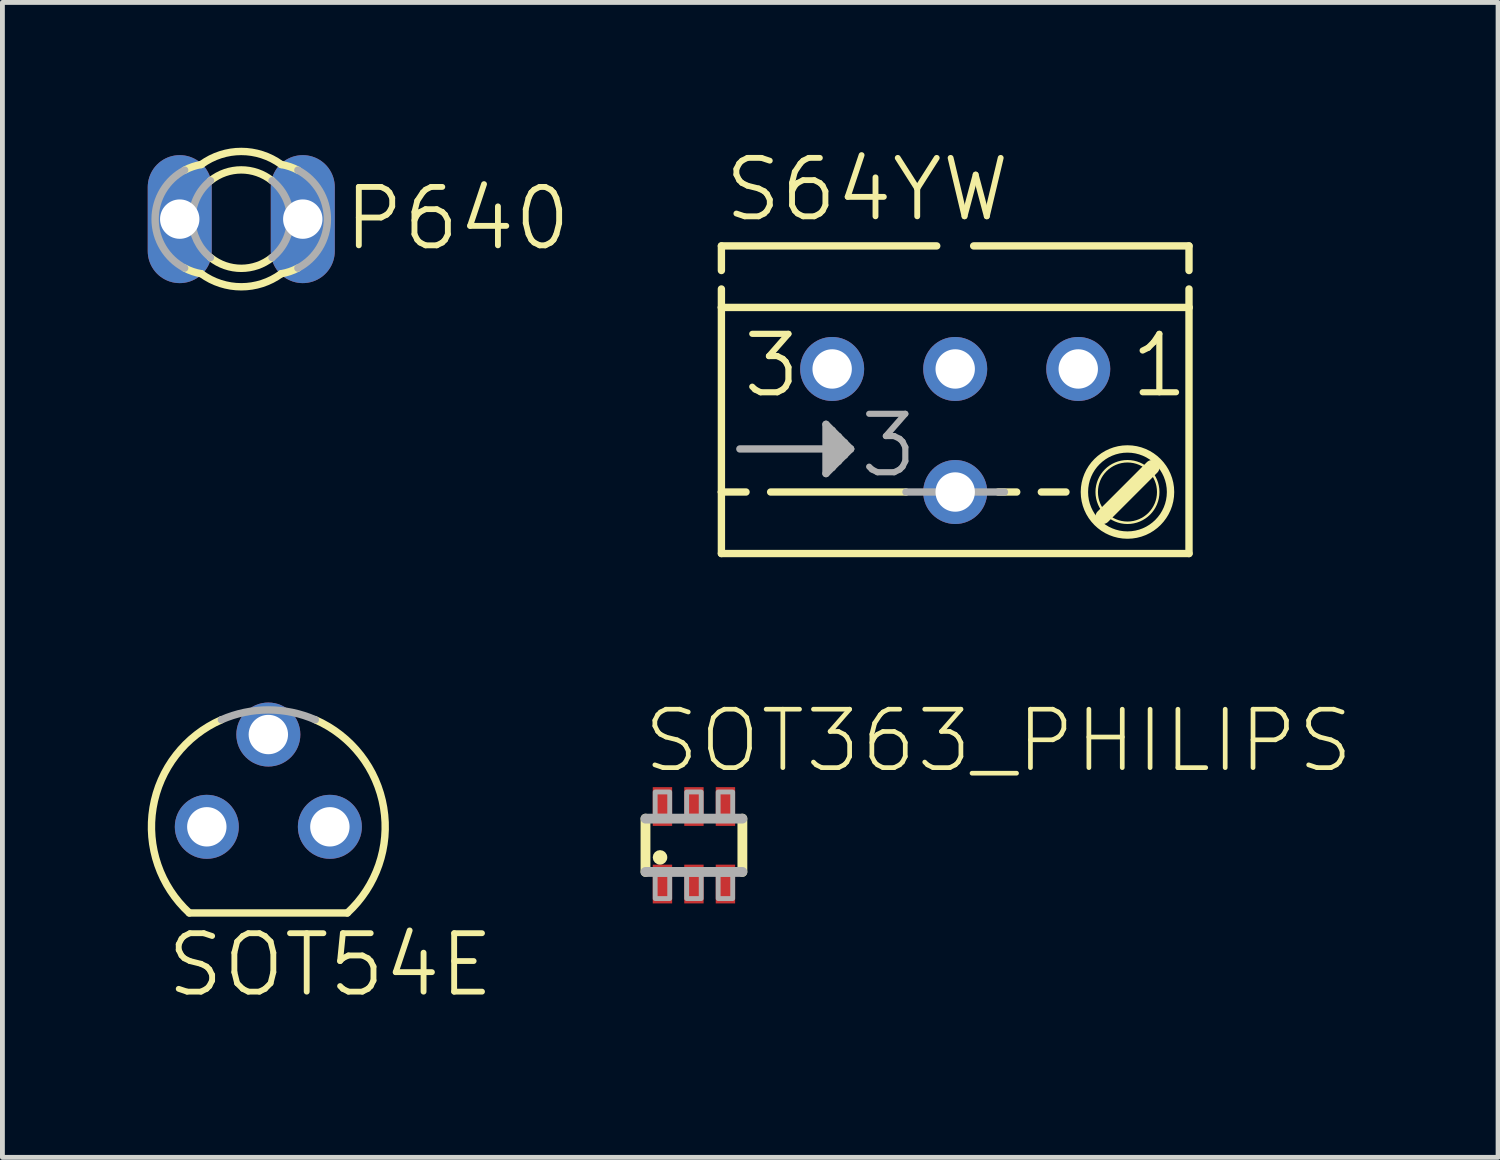
<source format=kicad_pcb>
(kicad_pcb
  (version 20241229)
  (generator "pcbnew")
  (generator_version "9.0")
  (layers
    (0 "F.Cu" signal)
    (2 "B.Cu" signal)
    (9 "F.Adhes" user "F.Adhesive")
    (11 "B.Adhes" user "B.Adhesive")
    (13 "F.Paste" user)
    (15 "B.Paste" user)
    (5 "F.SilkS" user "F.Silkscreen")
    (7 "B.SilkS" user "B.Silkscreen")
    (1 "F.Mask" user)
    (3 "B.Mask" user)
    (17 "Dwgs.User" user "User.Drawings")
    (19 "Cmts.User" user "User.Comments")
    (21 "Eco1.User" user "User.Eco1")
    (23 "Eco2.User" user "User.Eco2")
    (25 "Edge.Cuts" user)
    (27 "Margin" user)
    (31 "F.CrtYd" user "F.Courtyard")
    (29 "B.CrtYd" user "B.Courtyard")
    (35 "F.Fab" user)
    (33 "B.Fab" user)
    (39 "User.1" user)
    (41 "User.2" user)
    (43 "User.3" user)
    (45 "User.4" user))
  (footprint "SOT54E"
    (layer "F.Cu")
    (at 2.489 14.017)
    (property "Reference" "SOT54E" (at -2.159 3.556 180) (layer "F.SilkS") (effects (font (size 1.206 1.206) (thickness 0.121)) (justify left bottom)))
    (attr through_hole)
    (fp_line (start -1.631 1.778) (end 1.631 1.778) (stroke (width 0.152) (type solid)) (layer "F.SilkS"))
    (fp_arc (start -1.631 1.778) (mid -2.380095 -0.395238) (end -0.9689 -2.209799) (stroke (width 0.1524) (type solid)) (layer "F.SilkS"))
    (fp_arc (start 0.9689 -2.2098) (mid 2.380095 -0.395238) (end 1.631001 1.778) (stroke (width 0.1524) (type solid)) (layer "F.SilkS"))
    (fp_arc (start -0.9692 -2.2098) (mid 0 -2.412999) (end 0.969199 -2.2098) (stroke (width 0.1524) (type solid)) (layer "F.Fab"))
    (pad "D" thru_hole circle (at -1.27 0) (size 1.321 1.321) (drill 0.813) (layers "*.Cu" "*.Mask"))
    (pad "G" thru_hole circle (at 0 -1.905) (size 1.321 1.321) (drill 0.813) (layers "*.Cu" "*.Mask"))
    (pad "S" thru_hole circle (at 1.27 0) (size 1.321 1.321) (drill 0.813) (layers "*.Cu" "*.Mask")))
  (footprint "P640"
    (layer "F.Cu")
    (at 1.93 1.473)
    (property "Reference" "P640" (at 2.06 0.695 180) (layer "F.SilkS") (effects (font (size 1.206 1.206) (thickness 0.121)) (justify left bottom)))
    (attr through_hole)
    (fp_arc (start -1.1684 -1.0109) (mid -1.001576 -1.082612) (end -0.8255 -1.127) (stroke (width 0.1524) (type solid)) (layer "F.SilkS"))
    (fp_arc (start -0.8255 -1.127) (mid 0 -1.396989) (end 0.8255 -1.127) (stroke (width 0.1524) (type solid)) (layer "F.SilkS"))
    (fp_arc (start -0.8255 1.127) (mid -1.001576 1.082612) (end -1.1684 1.0109) (stroke (width 0.1524) (type solid)) (layer "F.SilkS"))
    (fp_arc (start -0.635 -0.7931) (mid 0 -1.015988) (end 0.635 -0.7931) (stroke (width 0.1524) (type solid)) (layer "F.SilkS"))
    (fp_arc (start 0.635 0.7931) (mid 0 1.015988) (end -0.635 0.7931) (stroke (width 0.1524) (type solid)) (layer "F.SilkS"))
    (fp_arc (start 0.8255 -1.127) (mid 1.001576 -1.082612) (end 1.1684 -1.0109) (stroke (width 0.1524) (type solid)) (layer "F.SilkS"))
    (fp_arc (start 0.8255 1.127) (mid 0 1.396989) (end -0.8255 1.127) (stroke (width 0.1524) (type solid)) (layer "F.SilkS"))
    (fp_arc (start 1.1684 1.0109) (mid 1.001576 1.082612) (end 0.8255 1.127) (stroke (width 0.1524) (type solid)) (layer "F.SilkS"))
    (fp_arc (start -1.1684 1.0109) (mid -1.777994 0) (end -1.1684 -1.0109) (stroke (width 0.1524) (type solid)) (layer "F.Fab"))
    (fp_arc (start -0.635 0.7931) (mid -1.015988 0) (end -0.635 -0.7931) (stroke (width 0.1524) (type solid)) (layer "F.Fab"))
    (fp_arc (start 0.635 -0.7931) (mid 1.015988 0) (end 0.635 0.7931) (stroke (width 0.1524) (type solid)) (layer "F.Fab"))
    (fp_arc (start 1.1684 -1.0109) (mid 1.777994 0) (end 1.1684 1.0109) (stroke (width 0.1524) (type solid)) (layer "F.Fab"))
    (pad "1" thru_hole oval (at -1.27 0 90) (size 2.642 1.321) (drill 0.813) (layers "*.Cu" "*.Mask"))
    (pad "2" thru_hole oval (at 1.27 0 90) (size 2.642 1.321) (drill 0.813) (layers "*.Cu" "*.Mask")))
  (footprint "S64YW"
    (layer "F.Cu")
    (at 16.667 5.836)
    (property "Reference" "S64YW" (at -4.826 -4.267 180) (layer "F.SilkS") (effects (font (size 1.206 1.206) (thickness 0.121)) (justify left bottom)))
    (attr through_hole)
    (fp_line (start -4.826 -3.81) (end -4.826 -3.302) (stroke (width 0.152) (type solid)) (layer "F.SilkS"))
    (fp_line (start -4.826 -3.81) (end -0.381 -3.81) (stroke (width 0.152) (type solid)) (layer "F.SilkS"))
    (fp_line (start -4.826 -2.921) (end -4.826 -2.54) (stroke (width 0.152) (type solid)) (layer "F.SilkS"))
    (fp_line (start -4.826 1.27) (end -4.826 -2.54) (stroke (width 0.152) (type solid)) (layer "F.SilkS"))
    (fp_line (start -4.826 1.27) (end -4.318 1.27) (stroke (width 0.152) (type solid)) (layer "F.SilkS"))
    (fp_line (start -4.826 2.54) (end -4.826 1.27) (stroke (width 0.152) (type solid)) (layer "F.SilkS"))
    (fp_line (start -4.826 2.54) (end 4.826 2.54) (stroke (width 0.152) (type solid)) (layer "F.SilkS"))
    (fp_line (start -1.016 1.27) (end -3.81 1.27) (stroke (width 0.152) (type solid)) (layer "F.SilkS"))
    (fp_line (start 0.381 -3.81) (end 4.826 -3.81) (stroke (width 0.152) (type solid)) (layer "F.SilkS"))
    (fp_line (start 1.27 1.27) (end 0.889 1.27) (stroke (width 0.152) (type solid)) (layer "F.SilkS"))
    (fp_line (start 1.778 1.27) (end 2.286 1.27) (stroke (width 0.152) (type solid)) (layer "F.SilkS"))
    (fp_line (start 4.064 0.762) (end 3.048 1.778) (stroke (width 0.305) (type solid)) (layer "F.SilkS"))
    (fp_line (start 4.826 -3.81) (end 4.826 -3.302) (stroke (width 0.152) (type solid)) (layer "F.SilkS"))
    (fp_line (start 4.826 -2.921) (end 4.826 -2.54) (stroke (width 0.152) (type solid)) (layer "F.SilkS"))
    (fp_line (start 4.826 -2.54) (end -4.826 -2.54) (stroke (width 0.152) (type solid)) (layer "F.SilkS"))
    (fp_line (start 4.826 -2.54) (end 4.826 2.54) (stroke (width 0.152) (type solid)) (layer "F.SilkS"))
    (fp_circle (center 3.556 1.27) (end 4.191 1.27) (stroke (width 0.051) (type solid)) (fill no) (layer "F.SilkS"))
    (fp_circle (center 3.556 1.27) (end 4.445 1.27) (stroke (width 0.152) (type solid)) (fill no) (layer "F.SilkS"))
    (fp_line (start -4.445 0.381) (end -2.54 0.381) (stroke (width 0.152) (type solid)) (layer "F.Fab"))
    (fp_line (start -2.667 -0.127) (end -2.667 0.889) (stroke (width 0.152) (type solid)) (layer "F.Fab"))
    (fp_line (start -2.667 0.889) (end -2.54 0.762) (stroke (width 0.152) (type solid)) (layer "F.Fab"))
    (fp_line (start -2.54 0) (end -2.667 -0.127) (stroke (width 0.152) (type solid)) (layer "F.Fab"))
    (fp_line (start -2.54 0.381) (end -2.54 0) (stroke (width 0.152) (type solid)) (layer "F.Fab"))
    (fp_line (start -2.54 0.762) (end -2.54 0.381) (stroke (width 0.152) (type solid)) (layer "F.Fab"))
    (fp_line (start -2.413 0.127) (end -2.54 0) (stroke (width 0.152) (type solid)) (layer "F.Fab"))
    (fp_line (start -2.413 0.635) (end -2.54 0.762) (stroke (width 0.152) (type solid)) (layer "F.Fab"))
    (fp_line (start -2.413 0.635) (end -2.413 0.127) (stroke (width 0.152) (type solid)) (layer "F.Fab"))
    (fp_line (start -2.286 0.254) (end -2.413 0.127) (stroke (width 0.152) (type solid)) (layer "F.Fab"))
    (fp_line (start -2.286 0.508) (end -2.413 0.635) (stroke (width 0.152) (type solid)) (layer "F.Fab"))
    (fp_line (start -2.286 0.508) (end -2.286 0.254) (stroke (width 0.152) (type solid)) (layer "F.Fab"))
    (fp_line (start -2.159 0.381) (end -2.54 0.381) (stroke (width 0.152) (type solid)) (layer "F.Fab"))
    (fp_line (start -2.159 0.381) (end -2.286 0.254) (stroke (width 0.152) (type solid)) (layer "F.Fab"))
    (fp_line (start -2.159 0.381) (end -2.286 0.508) (stroke (width 0.152) (type solid)) (layer "F.Fab"))
    (fp_line (start 1.016 1.27) (end -1.016 1.27) (stroke (width 0.152) (type solid)) (layer "F.Fab"))
    (fp_text user "3" (at -4.445 -0.635 0) (layer "F.SilkS") (effects (font (size 1.206 1.206) (thickness 0.127)) (justify left bottom)))
    (fp_text user "1" (at 3.556 -0.635 0) (layer "F.SilkS") (effects (font (size 1.206 1.206) (thickness 0.127)) (justify left bottom)))
    (fp_text user "3" (at -2.032 1.016 0) (layer "F.Fab") (effects (font (size 1.206 1.206) (thickness 0.127)) (justify left bottom)))
    (pad "A" thru_hole circle (at 2.54 -1.27) (size 1.321 1.321) (drill 0.813) (layers "*.Cu" "*.Mask"))
    (pad "E" thru_hole circle (at -2.54 -1.27) (size 1.321 1.321) (drill 0.813) (layers "*.Cu" "*.Mask"))
    (pad "S" thru_hole circle (at 0 -1.27) (size 1.321 1.321) (drill 0.813) (layers "*.Cu" "*.Mask"))
    (pad "S" thru_hole circle (at 0 1.27) (size 1.321 1.321) (drill 0.813) (layers "*.Cu" "*.Mask")))
  (footprint "SOT363_PHILIPS"
    (layer "F.Cu")
    (at 11.274 14.398)
    (property "Reference" "SOT363_PHILIPS" (at -1.1 -1.45 180) (layer "F.SilkS") (effects (font (size 1.206 1.206) (thickness 0.097)) (justify left bottom)))
    (attr through_hole)
    (fp_line (start -1 0.55) (end -1 -0.55) (stroke (width 0.203) (type solid)) (layer "F.SilkS"))
    (fp_line (start 1 -0.55) (end 1 0.55) (stroke (width 0.203) (type solid)) (layer "F.SilkS"))
    (fp_circle (center -0.7 0.25) (end -0.625 0.25) (stroke (width 0.15) (type solid)) (fill no) (layer "F.SilkS"))
    (fp_line (start -1 -0.55) (end 1 -0.55) (stroke (width 0.203) (type solid)) (layer "F.Fab"))
    (fp_line (start 1 0.55) (end -1 0.55) (stroke (width 0.203) (type solid)) (layer "F.Fab"))
    (fp_poly (pts (xy -0.8 -0.6) (xy -0.5 -0.6) (xy -0.5 -1.1) (xy -0.8 -1.1)) (stroke (width 0.1) (type solid)) (fill no) (layer "F.Fab"))
    (fp_poly (pts (xy -0.8 1.1) (xy -0.5 1.1) (xy -0.5 0.6) (xy -0.8 0.6)) (stroke (width 0.1) (type solid)) (fill no) (layer "F.Fab"))
    (fp_poly (pts (xy -0.15 -0.6) (xy 0.15 -0.6) (xy 0.15 -1.1) (xy -0.15 -1.1)) (stroke (width 0.1) (type solid)) (fill no) (layer "F.Fab"))
    (fp_poly (pts (xy -0.15 1.1) (xy 0.15 1.1) (xy 0.15 0.6) (xy -0.15 0.6)) (stroke (width 0.1) (type solid)) (fill no) (layer "F.Fab"))
    (fp_poly (pts (xy 0.5 -0.6) (xy 0.8 -0.6) (xy 0.8 -1.1) (xy 0.5 -1.1)) (stroke (width 0.1) (type solid)) (fill no) (layer "F.Fab"))
    (fp_poly (pts (xy 0.5 1.1) (xy 0.8 1.1) (xy 0.8 0.6) (xy 0.5 0.6)) (stroke (width 0.1) (type solid)) (fill no) (layer "F.Fab"))
    (pad "1" smd rect (at -0.65 0.8) (size 0.4 0.8) (layers "F.Cu" "F.Mask" "F.Paste"))
    (pad "2" smd rect (at 0 0.8) (size 0.4 0.8) (layers "F.Cu" "F.Mask" "F.Paste"))
    (pad "3" smd rect (at 0.65 0.8) (size 0.4 0.8) (layers "F.Cu" "F.Mask" "F.Paste"))
    (pad "4" smd rect (at 0.65 -0.8) (size 0.4 0.8) (layers "F.Cu" "F.Mask" "F.Paste"))
    (pad "5" smd rect (at 0 -0.8) (size 0.4 0.8) (layers "F.Cu" "F.Mask" "F.Paste"))
    (pad "6" smd rect (at -0.65 -0.8) (size 0.4 0.8) (layers "F.Cu" "F.Mask" "F.Paste")))
  (gr_rect
    (start -3 -3)
    (end 27.873 20.84)
    (stroke (width 0.1) (type default))
    (fill no)
    (layer "Edge.Cuts")))
</source>
